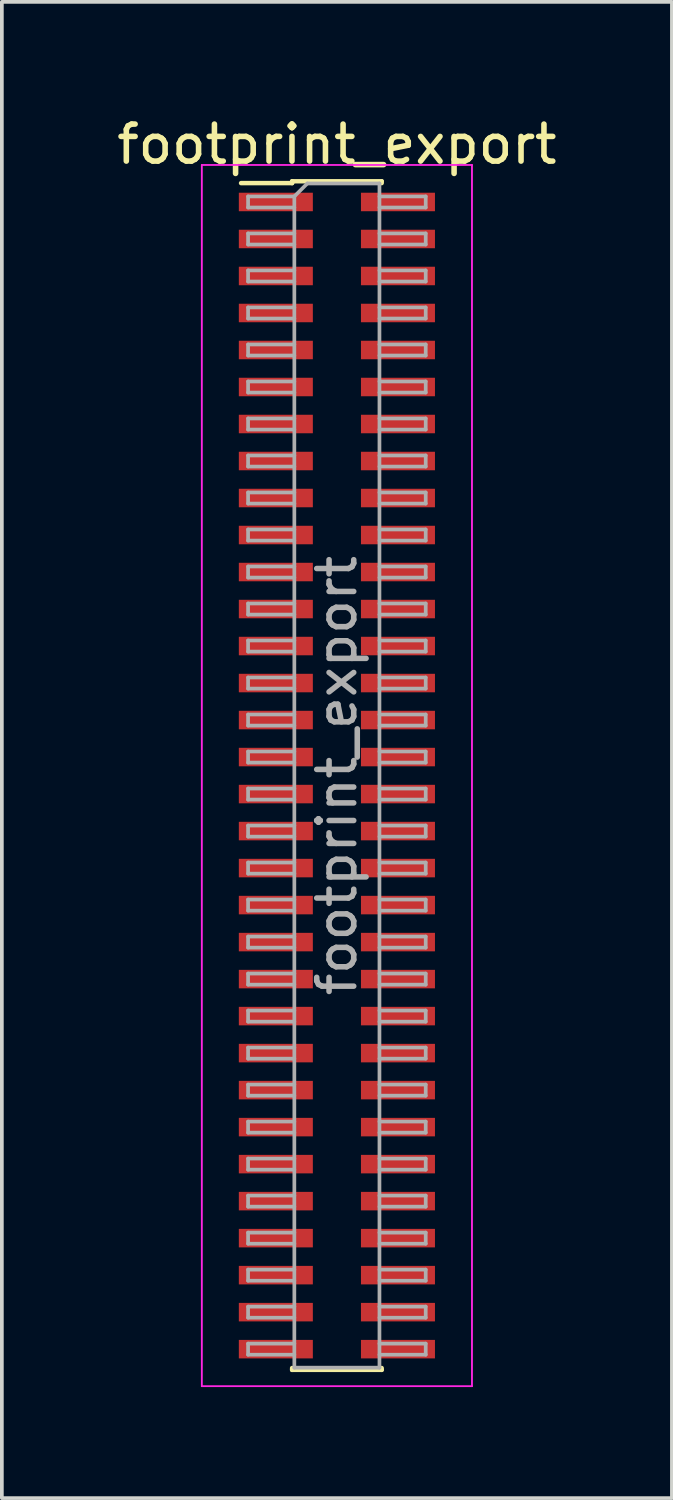
<source format=kicad_pcb>
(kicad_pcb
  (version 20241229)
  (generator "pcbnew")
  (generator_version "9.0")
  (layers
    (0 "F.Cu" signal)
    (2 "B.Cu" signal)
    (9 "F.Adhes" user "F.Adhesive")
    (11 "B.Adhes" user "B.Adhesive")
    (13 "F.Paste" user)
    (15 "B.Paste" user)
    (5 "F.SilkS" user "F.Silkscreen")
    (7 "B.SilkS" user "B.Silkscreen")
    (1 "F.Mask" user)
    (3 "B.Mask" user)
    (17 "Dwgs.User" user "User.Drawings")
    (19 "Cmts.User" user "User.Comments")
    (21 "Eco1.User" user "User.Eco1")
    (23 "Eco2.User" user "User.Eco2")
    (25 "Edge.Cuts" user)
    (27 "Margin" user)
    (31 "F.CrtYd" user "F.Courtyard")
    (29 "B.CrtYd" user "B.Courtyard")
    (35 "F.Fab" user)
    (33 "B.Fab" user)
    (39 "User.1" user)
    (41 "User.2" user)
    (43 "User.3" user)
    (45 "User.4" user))
  (footprint "footprint_export"
    (layer "F.Cu")
    (at 6.054 17.908)
    (property "Reference" "footprint_export" (at 0 -17.06 0) (layer "F.SilkS") (effects (font (size 1 1) (thickness 0.15))))
    (attr smd)
    (fp_line (start -2.59 -16.01) (end -1.21 -16.01) (stroke (width 0.12) (type solid)) (layer "F.SilkS"))
    (fp_line (start -1.21 -16.06) (end -1.21 -16.01) (stroke (width 0.12) (type solid)) (layer "F.SilkS"))
    (fp_line (start -1.21 -16.06) (end 1.21 -16.06) (stroke (width 0.12) (type solid)) (layer "F.SilkS"))
    (fp_line (start -1.21 16.01) (end -1.21 16.06) (stroke (width 0.12) (type solid)) (layer "F.SilkS"))
    (fp_line (start -1.21 16.06) (end 1.21 16.06) (stroke (width 0.12) (type solid)) (layer "F.SilkS"))
    (fp_line (start 1.21 -16.06) (end 1.21 -16.01) (stroke (width 0.12) (type solid)) (layer "F.SilkS"))
    (fp_line (start 1.21 16.01) (end 1.21 16.06) (stroke (width 0.12) (type solid)) (layer "F.SilkS"))
    (fp_line (start -3.65 -16.5) (end -3.65 16.5) (stroke (width 0.05) (type solid)) (layer "F.CrtYd"))
    (fp_line (start -3.65 16.5) (end 3.65 16.5) (stroke (width 0.05) (type solid)) (layer "F.CrtYd"))
    (fp_line (start 3.65 -16.5) (end -3.65 -16.5) (stroke (width 0.05) (type solid)) (layer "F.CrtYd"))
    (fp_line (start 3.65 16.5) (end 3.65 -16.5) (stroke (width 0.05) (type solid)) (layer "F.CrtYd"))
    (fp_line (start -2.4 -15.65) (end -2.4 -15.35) (stroke (width 0.1) (type solid)) (layer "F.Fab"))
    (fp_line (start -2.4 -15.35) (end -1.15 -15.35) (stroke (width 0.1) (type solid)) (layer "F.Fab"))
    (fp_line (start -2.4 -14.65) (end -2.4 -14.35) (stroke (width 0.1) (type solid)) (layer "F.Fab"))
    (fp_line (start -2.4 -14.35) (end -1.15 -14.35) (stroke (width 0.1) (type solid)) (layer "F.Fab"))
    (fp_line (start -2.4 -13.65) (end -2.4 -13.35) (stroke (width 0.1) (type solid)) (layer "F.Fab"))
    (fp_line (start -2.4 -13.35) (end -1.15 -13.35) (stroke (width 0.1) (type solid)) (layer "F.Fab"))
    (fp_line (start -2.4 -12.65) (end -2.4 -12.35) (stroke (width 0.1) (type solid)) (layer "F.Fab"))
    (fp_line (start -2.4 -12.35) (end -1.15 -12.35) (stroke (width 0.1) (type solid)) (layer "F.Fab"))
    (fp_line (start -2.4 -11.65) (end -2.4 -11.35) (stroke (width 0.1) (type solid)) (layer "F.Fab"))
    (fp_line (start -2.4 -11.35) (end -1.15 -11.35) (stroke (width 0.1) (type solid)) (layer "F.Fab"))
    (fp_line (start -2.4 -10.65) (end -2.4 -10.35) (stroke (width 0.1) (type solid)) (layer "F.Fab"))
    (fp_line (start -2.4 -10.35) (end -1.15 -10.35) (stroke (width 0.1) (type solid)) (layer "F.Fab"))
    (fp_line (start -2.4 -9.65) (end -2.4 -9.35) (stroke (width 0.1) (type solid)) (layer "F.Fab"))
    (fp_line (start -2.4 -9.35) (end -1.15 -9.35) (stroke (width 0.1) (type solid)) (layer "F.Fab"))
    (fp_line (start -2.4 -8.65) (end -2.4 -8.35) (stroke (width 0.1) (type solid)) (layer "F.Fab"))
    (fp_line (start -2.4 -8.35) (end -1.15 -8.35) (stroke (width 0.1) (type solid)) (layer "F.Fab"))
    (fp_line (start -2.4 -7.65) (end -2.4 -7.35) (stroke (width 0.1) (type solid)) (layer "F.Fab"))
    (fp_line (start -2.4 -7.35) (end -1.15 -7.35) (stroke (width 0.1) (type solid)) (layer "F.Fab"))
    (fp_line (start -2.4 -6.65) (end -2.4 -6.35) (stroke (width 0.1) (type solid)) (layer "F.Fab"))
    (fp_line (start -2.4 -6.35) (end -1.15 -6.35) (stroke (width 0.1) (type solid)) (layer "F.Fab"))
    (fp_line (start -2.4 -5.65) (end -2.4 -5.35) (stroke (width 0.1) (type solid)) (layer "F.Fab"))
    (fp_line (start -2.4 -5.35) (end -1.15 -5.35) (stroke (width 0.1) (type solid)) (layer "F.Fab"))
    (fp_line (start -2.4 -4.65) (end -2.4 -4.35) (stroke (width 0.1) (type solid)) (layer "F.Fab"))
    (fp_line (start -2.4 -4.35) (end -1.15 -4.35) (stroke (width 0.1) (type solid)) (layer "F.Fab"))
    (fp_line (start -2.4 -3.65) (end -2.4 -3.35) (stroke (width 0.1) (type solid)) (layer "F.Fab"))
    (fp_line (start -2.4 -3.35) (end -1.15 -3.35) (stroke (width 0.1) (type solid)) (layer "F.Fab"))
    (fp_line (start -2.4 -2.65) (end -2.4 -2.35) (stroke (width 0.1) (type solid)) (layer "F.Fab"))
    (fp_line (start -2.4 -2.35) (end -1.15 -2.35) (stroke (width 0.1) (type solid)) (layer "F.Fab"))
    (fp_line (start -2.4 -1.65) (end -2.4 -1.35) (stroke (width 0.1) (type solid)) (layer "F.Fab"))
    (fp_line (start -2.4 -1.35) (end -1.15 -1.35) (stroke (width 0.1) (type solid)) (layer "F.Fab"))
    (fp_line (start -2.4 -0.65) (end -2.4 -0.35) (stroke (width 0.1) (type solid)) (layer "F.Fab"))
    (fp_line (start -2.4 -0.35) (end -1.15 -0.35) (stroke (width 0.1) (type solid)) (layer "F.Fab"))
    (fp_line (start -2.4 0.35) (end -2.4 0.65) (stroke (width 0.1) (type solid)) (layer "F.Fab"))
    (fp_line (start -2.4 0.65) (end -1.15 0.65) (stroke (width 0.1) (type solid)) (layer "F.Fab"))
    (fp_line (start -2.4 1.35) (end -2.4 1.65) (stroke (width 0.1) (type solid)) (layer "F.Fab"))
    (fp_line (start -2.4 1.65) (end -1.15 1.65) (stroke (width 0.1) (type solid)) (layer "F.Fab"))
    (fp_line (start -2.4 2.35) (end -2.4 2.65) (stroke (width 0.1) (type solid)) (layer "F.Fab"))
    (fp_line (start -2.4 2.65) (end -1.15 2.65) (stroke (width 0.1) (type solid)) (layer "F.Fab"))
    (fp_line (start -2.4 3.35) (end -2.4 3.65) (stroke (width 0.1) (type solid)) (layer "F.Fab"))
    (fp_line (start -2.4 3.65) (end -1.15 3.65) (stroke (width 0.1) (type solid)) (layer "F.Fab"))
    (fp_line (start -2.4 4.35) (end -2.4 4.65) (stroke (width 0.1) (type solid)) (layer "F.Fab"))
    (fp_line (start -2.4 4.65) (end -1.15 4.65) (stroke (width 0.1) (type solid)) (layer "F.Fab"))
    (fp_line (start -2.4 5.35) (end -2.4 5.65) (stroke (width 0.1) (type solid)) (layer "F.Fab"))
    (fp_line (start -2.4 5.65) (end -1.15 5.65) (stroke (width 0.1) (type solid)) (layer "F.Fab"))
    (fp_line (start -2.4 6.35) (end -2.4 6.65) (stroke (width 0.1) (type solid)) (layer "F.Fab"))
    (fp_line (start -2.4 6.65) (end -1.15 6.65) (stroke (width 0.1) (type solid)) (layer "F.Fab"))
    (fp_line (start -2.4 7.35) (end -2.4 7.65) (stroke (width 0.1) (type solid)) (layer "F.Fab"))
    (fp_line (start -2.4 7.65) (end -1.15 7.65) (stroke (width 0.1) (type solid)) (layer "F.Fab"))
    (fp_line (start -2.4 8.35) (end -2.4 8.65) (stroke (width 0.1) (type solid)) (layer "F.Fab"))
    (fp_line (start -2.4 8.65) (end -1.15 8.65) (stroke (width 0.1) (type solid)) (layer "F.Fab"))
    (fp_line (start -2.4 9.35) (end -2.4 9.65) (stroke (width 0.1) (type solid)) (layer "F.Fab"))
    (fp_line (start -2.4 9.65) (end -1.15 9.65) (stroke (width 0.1) (type solid)) (layer "F.Fab"))
    (fp_line (start -2.4 10.35) (end -2.4 10.65) (stroke (width 0.1) (type solid)) (layer "F.Fab"))
    (fp_line (start -2.4 10.65) (end -1.15 10.65) (stroke (width 0.1) (type solid)) (layer "F.Fab"))
    (fp_line (start -2.4 11.35) (end -2.4 11.65) (stroke (width 0.1) (type solid)) (layer "F.Fab"))
    (fp_line (start -2.4 11.65) (end -1.15 11.65) (stroke (width 0.1) (type solid)) (layer "F.Fab"))
    (fp_line (start -2.4 12.35) (end -2.4 12.65) (stroke (width 0.1) (type solid)) (layer "F.Fab"))
    (fp_line (start -2.4 12.65) (end -1.15 12.65) (stroke (width 0.1) (type solid)) (layer "F.Fab"))
    (fp_line (start -2.4 13.35) (end -2.4 13.65) (stroke (width 0.1) (type solid)) (layer "F.Fab"))
    (fp_line (start -2.4 13.65) (end -1.15 13.65) (stroke (width 0.1) (type solid)) (layer "F.Fab"))
    (fp_line (start -2.4 14.35) (end -2.4 14.65) (stroke (width 0.1) (type solid)) (layer "F.Fab"))
    (fp_line (start -2.4 14.65) (end -1.15 14.65) (stroke (width 0.1) (type solid)) (layer "F.Fab"))
    (fp_line (start -2.4 15.35) (end -2.4 15.65) (stroke (width 0.1) (type solid)) (layer "F.Fab"))
    (fp_line (start -2.4 15.65) (end -1.15 15.65) (stroke (width 0.1) (type solid)) (layer "F.Fab"))
    (fp_line (start -1.15 -15.65) (end -2.4 -15.65) (stroke (width 0.1) (type solid)) (layer "F.Fab"))
    (fp_line (start -1.15 -15.65) (end -0.8 -16) (stroke (width 0.1) (type solid)) (layer "F.Fab"))
    (fp_line (start -1.15 -14.65) (end -2.4 -14.65) (stroke (width 0.1) (type solid)) (layer "F.Fab"))
    (fp_line (start -1.15 -13.65) (end -2.4 -13.65) (stroke (width 0.1) (type solid)) (layer "F.Fab"))
    (fp_line (start -1.15 -12.65) (end -2.4 -12.65) (stroke (width 0.1) (type solid)) (layer "F.Fab"))
    (fp_line (start -1.15 -11.65) (end -2.4 -11.65) (stroke (width 0.1) (type solid)) (layer "F.Fab"))
    (fp_line (start -1.15 -10.65) (end -2.4 -10.65) (stroke (width 0.1) (type solid)) (layer "F.Fab"))
    (fp_line (start -1.15 -9.65) (end -2.4 -9.65) (stroke (width 0.1) (type solid)) (layer "F.Fab"))
    (fp_line (start -1.15 -8.65) (end -2.4 -8.65) (stroke (width 0.1) (type solid)) (layer "F.Fab"))
    (fp_line (start -1.15 -7.65) (end -2.4 -7.65) (stroke (width 0.1) (type solid)) (layer "F.Fab"))
    (fp_line (start -1.15 -6.65) (end -2.4 -6.65) (stroke (width 0.1) (type solid)) (layer "F.Fab"))
    (fp_line (start -1.15 -5.65) (end -2.4 -5.65) (stroke (width 0.1) (type solid)) (layer "F.Fab"))
    (fp_line (start -1.15 -4.65) (end -2.4 -4.65) (stroke (width 0.1) (type solid)) (layer "F.Fab"))
    (fp_line (start -1.15 -3.65) (end -2.4 -3.65) (stroke (width 0.1) (type solid)) (layer "F.Fab"))
    (fp_line (start -1.15 -2.65) (end -2.4 -2.65) (stroke (width 0.1) (type solid)) (layer "F.Fab"))
    (fp_line (start -1.15 -1.65) (end -2.4 -1.65) (stroke (width 0.1) (type solid)) (layer "F.Fab"))
    (fp_line (start -1.15 -0.65) (end -2.4 -0.65) (stroke (width 0.1) (type solid)) (layer "F.Fab"))
    (fp_line (start -1.15 0.35) (end -2.4 0.35) (stroke (width 0.1) (type solid)) (layer "F.Fab"))
    (fp_line (start -1.15 1.35) (end -2.4 1.35) (stroke (width 0.1) (type solid)) (layer "F.Fab"))
    (fp_line (start -1.15 2.35) (end -2.4 2.35) (stroke (width 0.1) (type solid)) (layer "F.Fab"))
    (fp_line (start -1.15 3.35) (end -2.4 3.35) (stroke (width 0.1) (type solid)) (layer "F.Fab"))
    (fp_line (start -1.15 4.35) (end -2.4 4.35) (stroke (width 0.1) (type solid)) (layer "F.Fab"))
    (fp_line (start -1.15 5.35) (end -2.4 5.35) (stroke (width 0.1) (type solid)) (layer "F.Fab"))
    (fp_line (start -1.15 6.35) (end -2.4 6.35) (stroke (width 0.1) (type solid)) (layer "F.Fab"))
    (fp_line (start -1.15 7.35) (end -2.4 7.35) (stroke (width 0.1) (type solid)) (layer "F.Fab"))
    (fp_line (start -1.15 8.35) (end -2.4 8.35) (stroke (width 0.1) (type solid)) (layer "F.Fab"))
    (fp_line (start -1.15 9.35) (end -2.4 9.35) (stroke (width 0.1) (type solid)) (layer "F.Fab"))
    (fp_line (start -1.15 10.35) (end -2.4 10.35) (stroke (width 0.1) (type solid)) (layer "F.Fab"))
    (fp_line (start -1.15 11.35) (end -2.4 11.35) (stroke (width 0.1) (type solid)) (layer "F.Fab"))
    (fp_line (start -1.15 12.35) (end -2.4 12.35) (stroke (width 0.1) (type solid)) (layer "F.Fab"))
    (fp_line (start -1.15 13.35) (end -2.4 13.35) (stroke (width 0.1) (type solid)) (layer "F.Fab"))
    (fp_line (start -1.15 14.35) (end -2.4 14.35) (stroke (width 0.1) (type solid)) (layer "F.Fab"))
    (fp_line (start -1.15 15.35) (end -2.4 15.35) (stroke (width 0.1) (type solid)) (layer "F.Fab"))
    (fp_line (start -1.15 16) (end -1.15 -15.65) (stroke (width 0.1) (type solid)) (layer "F.Fab"))
    (fp_line (start -0.8 -16) (end 1.15 -16) (stroke (width 0.1) (type solid)) (layer "F.Fab"))
    (fp_line (start 1.15 -16) (end 1.15 16) (stroke (width 0.1) (type solid)) (layer "F.Fab"))
    (fp_line (start 1.15 -15.65) (end 2.4 -15.65) (stroke (width 0.1) (type solid)) (layer "F.Fab"))
    (fp_line (start 1.15 -14.65) (end 2.4 -14.65) (stroke (width 0.1) (type solid)) (layer "F.Fab"))
    (fp_line (start 1.15 -13.65) (end 2.4 -13.65) (stroke (width 0.1) (type solid)) (layer "F.Fab"))
    (fp_line (start 1.15 -12.65) (end 2.4 -12.65) (stroke (width 0.1) (type solid)) (layer "F.Fab"))
    (fp_line (start 1.15 -11.65) (end 2.4 -11.65) (stroke (width 0.1) (type solid)) (layer "F.Fab"))
    (fp_line (start 1.15 -10.65) (end 2.4 -10.65) (stroke (width 0.1) (type solid)) (layer "F.Fab"))
    (fp_line (start 1.15 -9.65) (end 2.4 -9.65) (stroke (width 0.1) (type solid)) (layer "F.Fab"))
    (fp_line (start 1.15 -8.65) (end 2.4 -8.65) (stroke (width 0.1) (type solid)) (layer "F.Fab"))
    (fp_line (start 1.15 -7.65) (end 2.4 -7.65) (stroke (width 0.1) (type solid)) (layer "F.Fab"))
    (fp_line (start 1.15 -6.65) (end 2.4 -6.65) (stroke (width 0.1) (type solid)) (layer "F.Fab"))
    (fp_line (start 1.15 -5.65) (end 2.4 -5.65) (stroke (width 0.1) (type solid)) (layer "F.Fab"))
    (fp_line (start 1.15 -4.65) (end 2.4 -4.65) (stroke (width 0.1) (type solid)) (layer "F.Fab"))
    (fp_line (start 1.15 -3.65) (end 2.4 -3.65) (stroke (width 0.1) (type solid)) (layer "F.Fab"))
    (fp_line (start 1.15 -2.65) (end 2.4 -2.65) (stroke (width 0.1) (type solid)) (layer "F.Fab"))
    (fp_line (start 1.15 -1.65) (end 2.4 -1.65) (stroke (width 0.1) (type solid)) (layer "F.Fab"))
    (fp_line (start 1.15 -0.65) (end 2.4 -0.65) (stroke (width 0.1) (type solid)) (layer "F.Fab"))
    (fp_line (start 1.15 0.35) (end 2.4 0.35) (stroke (width 0.1) (type solid)) (layer "F.Fab"))
    (fp_line (start 1.15 1.35) (end 2.4 1.35) (stroke (width 0.1) (type solid)) (layer "F.Fab"))
    (fp_line (start 1.15 2.35) (end 2.4 2.35) (stroke (width 0.1) (type solid)) (layer "F.Fab"))
    (fp_line (start 1.15 3.35) (end 2.4 3.35) (stroke (width 0.1) (type solid)) (layer "F.Fab"))
    (fp_line (start 1.15 4.35) (end 2.4 4.35) (stroke (width 0.1) (type solid)) (layer "F.Fab"))
    (fp_line (start 1.15 5.35) (end 2.4 5.35) (stroke (width 0.1) (type solid)) (layer "F.Fab"))
    (fp_line (start 1.15 6.35) (end 2.4 6.35) (stroke (width 0.1) (type solid)) (layer "F.Fab"))
    (fp_line (start 1.15 7.35) (end 2.4 7.35) (stroke (width 0.1) (type solid)) (layer "F.Fab"))
    (fp_line (start 1.15 8.35) (end 2.4 8.35) (stroke (width 0.1) (type solid)) (layer "F.Fab"))
    (fp_line (start 1.15 9.35) (end 2.4 9.35) (stroke (width 0.1) (type solid)) (layer "F.Fab"))
    (fp_line (start 1.15 10.35) (end 2.4 10.35) (stroke (width 0.1) (type solid)) (layer "F.Fab"))
    (fp_line (start 1.15 11.35) (end 2.4 11.35) (stroke (width 0.1) (type solid)) (layer "F.Fab"))
    (fp_line (start 1.15 12.35) (end 2.4 12.35) (stroke (width 0.1) (type solid)) (layer "F.Fab"))
    (fp_line (start 1.15 13.35) (end 2.4 13.35) (stroke (width 0.1) (type solid)) (layer "F.Fab"))
    (fp_line (start 1.15 14.35) (end 2.4 14.35) (stroke (width 0.1) (type solid)) (layer "F.Fab"))
    (fp_line (start 1.15 15.35) (end 2.4 15.35) (stroke (width 0.1) (type solid)) (layer "F.Fab"))
    (fp_line (start 1.15 16) (end -1.15 16) (stroke (width 0.1) (type solid)) (layer "F.Fab"))
    (fp_line (start 2.4 -15.65) (end 2.4 -15.35) (stroke (width 0.1) (type solid)) (layer "F.Fab"))
    (fp_line (start 2.4 -15.35) (end 1.15 -15.35) (stroke (width 0.1) (type solid)) (layer "F.Fab"))
    (fp_line (start 2.4 -14.65) (end 2.4 -14.35) (stroke (width 0.1) (type solid)) (layer "F.Fab"))
    (fp_line (start 2.4 -14.35) (end 1.15 -14.35) (stroke (width 0.1) (type solid)) (layer "F.Fab"))
    (fp_line (start 2.4 -13.65) (end 2.4 -13.35) (stroke (width 0.1) (type solid)) (layer "F.Fab"))
    (fp_line (start 2.4 -13.35) (end 1.15 -13.35) (stroke (width 0.1) (type solid)) (layer "F.Fab"))
    (fp_line (start 2.4 -12.65) (end 2.4 -12.35) (stroke (width 0.1) (type solid)) (layer "F.Fab"))
    (fp_line (start 2.4 -12.35) (end 1.15 -12.35) (stroke (width 0.1) (type solid)) (layer "F.Fab"))
    (fp_line (start 2.4 -11.65) (end 2.4 -11.35) (stroke (width 0.1) (type solid)) (layer "F.Fab"))
    (fp_line (start 2.4 -11.35) (end 1.15 -11.35) (stroke (width 0.1) (type solid)) (layer "F.Fab"))
    (fp_line (start 2.4 -10.65) (end 2.4 -10.35) (stroke (width 0.1) (type solid)) (layer "F.Fab"))
    (fp_line (start 2.4 -10.35) (end 1.15 -10.35) (stroke (width 0.1) (type solid)) (layer "F.Fab"))
    (fp_line (start 2.4 -9.65) (end 2.4 -9.35) (stroke (width 0.1) (type solid)) (layer "F.Fab"))
    (fp_line (start 2.4 -9.35) (end 1.15 -9.35) (stroke (width 0.1) (type solid)) (layer "F.Fab"))
    (fp_line (start 2.4 -8.65) (end 2.4 -8.35) (stroke (width 0.1) (type solid)) (layer "F.Fab"))
    (fp_line (start 2.4 -8.35) (end 1.15 -8.35) (stroke (width 0.1) (type solid)) (layer "F.Fab"))
    (fp_line (start 2.4 -7.65) (end 2.4 -7.35) (stroke (width 0.1) (type solid)) (layer "F.Fab"))
    (fp_line (start 2.4 -7.35) (end 1.15 -7.35) (stroke (width 0.1) (type solid)) (layer "F.Fab"))
    (fp_line (start 2.4 -6.65) (end 2.4 -6.35) (stroke (width 0.1) (type solid)) (layer "F.Fab"))
    (fp_line (start 2.4 -6.35) (end 1.15 -6.35) (stroke (width 0.1) (type solid)) (layer "F.Fab"))
    (fp_line (start 2.4 -5.65) (end 2.4 -5.35) (stroke (width 0.1) (type solid)) (layer "F.Fab"))
    (fp_line (start 2.4 -5.35) (end 1.15 -5.35) (stroke (width 0.1) (type solid)) (layer "F.Fab"))
    (fp_line (start 2.4 -4.65) (end 2.4 -4.35) (stroke (width 0.1) (type solid)) (layer "F.Fab"))
    (fp_line (start 2.4 -4.35) (end 1.15 -4.35) (stroke (width 0.1) (type solid)) (layer "F.Fab"))
    (fp_line (start 2.4 -3.65) (end 2.4 -3.35) (stroke (width 0.1) (type solid)) (layer "F.Fab"))
    (fp_line (start 2.4 -3.35) (end 1.15 -3.35) (stroke (width 0.1) (type solid)) (layer "F.Fab"))
    (fp_line (start 2.4 -2.65) (end 2.4 -2.35) (stroke (width 0.1) (type solid)) (layer "F.Fab"))
    (fp_line (start 2.4 -2.35) (end 1.15 -2.35) (stroke (width 0.1) (type solid)) (layer "F.Fab"))
    (fp_line (start 2.4 -1.65) (end 2.4 -1.35) (stroke (width 0.1) (type solid)) (layer "F.Fab"))
    (fp_line (start 2.4 -1.35) (end 1.15 -1.35) (stroke (width 0.1) (type solid)) (layer "F.Fab"))
    (fp_line (start 2.4 -0.65) (end 2.4 -0.35) (stroke (width 0.1) (type solid)) (layer "F.Fab"))
    (fp_line (start 2.4 -0.35) (end 1.15 -0.35) (stroke (width 0.1) (type solid)) (layer "F.Fab"))
    (fp_line (start 2.4 0.35) (end 2.4 0.65) (stroke (width 0.1) (type solid)) (layer "F.Fab"))
    (fp_line (start 2.4 0.65) (end 1.15 0.65) (stroke (width 0.1) (type solid)) (layer "F.Fab"))
    (fp_line (start 2.4 1.35) (end 2.4 1.65) (stroke (width 0.1) (type solid)) (layer "F.Fab"))
    (fp_line (start 2.4 1.65) (end 1.15 1.65) (stroke (width 0.1) (type solid)) (layer "F.Fab"))
    (fp_line (start 2.4 2.35) (end 2.4 2.65) (stroke (width 0.1) (type solid)) (layer "F.Fab"))
    (fp_line (start 2.4 2.65) (end 1.15 2.65) (stroke (width 0.1) (type solid)) (layer "F.Fab"))
    (fp_line (start 2.4 3.35) (end 2.4 3.65) (stroke (width 0.1) (type solid)) (layer "F.Fab"))
    (fp_line (start 2.4 3.65) (end 1.15 3.65) (stroke (width 0.1) (type solid)) (layer "F.Fab"))
    (fp_line (start 2.4 4.35) (end 2.4 4.65) (stroke (width 0.1) (type solid)) (layer "F.Fab"))
    (fp_line (start 2.4 4.65) (end 1.15 4.65) (stroke (width 0.1) (type solid)) (layer "F.Fab"))
    (fp_line (start 2.4 5.35) (end 2.4 5.65) (stroke (width 0.1) (type solid)) (layer "F.Fab"))
    (fp_line (start 2.4 5.65) (end 1.15 5.65) (stroke (width 0.1) (type solid)) (layer "F.Fab"))
    (fp_line (start 2.4 6.35) (end 2.4 6.65) (stroke (width 0.1) (type solid)) (layer "F.Fab"))
    (fp_line (start 2.4 6.65) (end 1.15 6.65) (stroke (width 0.1) (type solid)) (layer "F.Fab"))
    (fp_line (start 2.4 7.35) (end 2.4 7.65) (stroke (width 0.1) (type solid)) (layer "F.Fab"))
    (fp_line (start 2.4 7.65) (end 1.15 7.65) (stroke (width 0.1) (type solid)) (layer "F.Fab"))
    (fp_line (start 2.4 8.35) (end 2.4 8.65) (stroke (width 0.1) (type solid)) (layer "F.Fab"))
    (fp_line (start 2.4 8.65) (end 1.15 8.65) (stroke (width 0.1) (type solid)) (layer "F.Fab"))
    (fp_line (start 2.4 9.35) (end 2.4 9.65) (stroke (width 0.1) (type solid)) (layer "F.Fab"))
    (fp_line (start 2.4 9.65) (end 1.15 9.65) (stroke (width 0.1) (type solid)) (layer "F.Fab"))
    (fp_line (start 2.4 10.35) (end 2.4 10.65) (stroke (width 0.1) (type solid)) (layer "F.Fab"))
    (fp_line (start 2.4 10.65) (end 1.15 10.65) (stroke (width 0.1) (type solid)) (layer "F.Fab"))
    (fp_line (start 2.4 11.35) (end 2.4 11.65) (stroke (width 0.1) (type solid)) (layer "F.Fab"))
    (fp_line (start 2.4 11.65) (end 1.15 11.65) (stroke (width 0.1) (type solid)) (layer "F.Fab"))
    (fp_line (start 2.4 12.35) (end 2.4 12.65) (stroke (width 0.1) (type solid)) (layer "F.Fab"))
    (fp_line (start 2.4 12.65) (end 1.15 12.65) (stroke (width 0.1) (type solid)) (layer "F.Fab"))
    (fp_line (start 2.4 13.35) (end 2.4 13.65) (stroke (width 0.1) (type solid)) (layer "F.Fab"))
    (fp_line (start 2.4 13.65) (end 1.15 13.65) (stroke (width 0.1) (type solid)) (layer "F.Fab"))
    (fp_line (start 2.4 14.35) (end 2.4 14.65) (stroke (width 0.1) (type solid)) (layer "F.Fab"))
    (fp_line (start 2.4 14.65) (end 1.15 14.65) (stroke (width 0.1) (type solid)) (layer "F.Fab"))
    (fp_line (start 2.4 15.35) (end 2.4 15.65) (stroke (width 0.1) (type solid)) (layer "F.Fab"))
    (fp_line (start 2.4 15.65) (end 1.15 15.65) (stroke (width 0.1) (type solid)) (layer "F.Fab"))
    (fp_text user "${REFERENCE}" (at 0 0 90) (layer "F.Fab") (effects (font (size 1 1) (thickness 0.15))))
    (pad "1" smd rect (at -1.65 -15.5) (size 2 0.5) (layers "F.Cu" "F.Mask" "F.Paste"))
    (pad "2" smd rect (at 1.65 -15.5) (size 2 0.5) (layers "F.Cu" "F.Mask" "F.Paste"))
    (pad "3" smd rect (at -1.65 -14.5) (size 2 0.5) (layers "F.Cu" "F.Mask" "F.Paste"))
    (pad "4" smd rect (at 1.65 -14.5) (size 2 0.5) (layers "F.Cu" "F.Mask" "F.Paste"))
    (pad "5" smd rect (at -1.65 -13.5) (size 2 0.5) (layers "F.Cu" "F.Mask" "F.Paste"))
    (pad "6" smd rect (at 1.65 -13.5) (size 2 0.5) (layers "F.Cu" "F.Mask" "F.Paste"))
    (pad "7" smd rect (at -1.65 -12.5) (size 2 0.5) (layers "F.Cu" "F.Mask" "F.Paste"))
    (pad "8" smd rect (at 1.65 -12.5) (size 2 0.5) (layers "F.Cu" "F.Mask" "F.Paste"))
    (pad "9" smd rect (at -1.65 -11.5) (size 2 0.5) (layers "F.Cu" "F.Mask" "F.Paste"))
    (pad "10" smd rect (at 1.65 -11.5) (size 2 0.5) (layers "F.Cu" "F.Mask" "F.Paste"))
    (pad "11" smd rect (at -1.65 -10.5) (size 2 0.5) (layers "F.Cu" "F.Mask" "F.Paste"))
    (pad "12" smd rect (at 1.65 -10.5) (size 2 0.5) (layers "F.Cu" "F.Mask" "F.Paste"))
    (pad "13" smd rect (at -1.65 -9.5) (size 2 0.5) (layers "F.Cu" "F.Mask" "F.Paste"))
    (pad "14" smd rect (at 1.65 -9.5) (size 2 0.5) (layers "F.Cu" "F.Mask" "F.Paste"))
    (pad "15" smd rect (at -1.65 -8.5) (size 2 0.5) (layers "F.Cu" "F.Mask" "F.Paste"))
    (pad "16" smd rect (at 1.65 -8.5) (size 2 0.5) (layers "F.Cu" "F.Mask" "F.Paste"))
    (pad "17" smd rect (at -1.65 -7.5) (size 2 0.5) (layers "F.Cu" "F.Mask" "F.Paste"))
    (pad "18" smd rect (at 1.65 -7.5) (size 2 0.5) (layers "F.Cu" "F.Mask" "F.Paste"))
    (pad "19" smd rect (at -1.65 -6.5) (size 2 0.5) (layers "F.Cu" "F.Mask" "F.Paste"))
    (pad "20" smd rect (at 1.65 -6.5) (size 2 0.5) (layers "F.Cu" "F.Mask" "F.Paste"))
    (pad "21" smd rect (at -1.65 -5.5) (size 2 0.5) (layers "F.Cu" "F.Mask" "F.Paste"))
    (pad "22" smd rect (at 1.65 -5.5) (size 2 0.5) (layers "F.Cu" "F.Mask" "F.Paste"))
    (pad "23" smd rect (at -1.65 -4.5) (size 2 0.5) (layers "F.Cu" "F.Mask" "F.Paste"))
    (pad "24" smd rect (at 1.65 -4.5) (size 2 0.5) (layers "F.Cu" "F.Mask" "F.Paste"))
    (pad "25" smd rect (at -1.65 -3.5) (size 2 0.5) (layers "F.Cu" "F.Mask" "F.Paste"))
    (pad "26" smd rect (at 1.65 -3.5) (size 2 0.5) (layers "F.Cu" "F.Mask" "F.Paste"))
    (pad "27" smd rect (at -1.65 -2.5) (size 2 0.5) (layers "F.Cu" "F.Mask" "F.Paste"))
    (pad "28" smd rect (at 1.65 -2.5) (size 2 0.5) (layers "F.Cu" "F.Mask" "F.Paste"))
    (pad "29" smd rect (at -1.65 -1.5) (size 2 0.5) (layers "F.Cu" "F.Mask" "F.Paste"))
    (pad "30" smd rect (at 1.65 -1.5) (size 2 0.5) (layers "F.Cu" "F.Mask" "F.Paste"))
    (pad "31" smd rect (at -1.65 -0.5) (size 2 0.5) (layers "F.Cu" "F.Mask" "F.Paste"))
    (pad "32" smd rect (at 1.65 -0.5) (size 2 0.5) (layers "F.Cu" "F.Mask" "F.Paste"))
    (pad "33" smd rect (at -1.65 0.5) (size 2 0.5) (layers "F.Cu" "F.Mask" "F.Paste"))
    (pad "34" smd rect (at 1.65 0.5) (size 2 0.5) (layers "F.Cu" "F.Mask" "F.Paste"))
    (pad "35" smd rect (at -1.65 1.5) (size 2 0.5) (layers "F.Cu" "F.Mask" "F.Paste"))
    (pad "36" smd rect (at 1.65 1.5) (size 2 0.5) (layers "F.Cu" "F.Mask" "F.Paste"))
    (pad "37" smd rect (at -1.65 2.5) (size 2 0.5) (layers "F.Cu" "F.Mask" "F.Paste"))
    (pad "38" smd rect (at 1.65 2.5) (size 2 0.5) (layers "F.Cu" "F.Mask" "F.Paste"))
    (pad "39" smd rect (at -1.65 3.5) (size 2 0.5) (layers "F.Cu" "F.Mask" "F.Paste"))
    (pad "40" smd rect (at 1.65 3.5) (size 2 0.5) (layers "F.Cu" "F.Mask" "F.Paste"))
    (pad "41" smd rect (at -1.65 4.5) (size 2 0.5) (layers "F.Cu" "F.Mask" "F.Paste"))
    (pad "42" smd rect (at 1.65 4.5) (size 2 0.5) (layers "F.Cu" "F.Mask" "F.Paste"))
    (pad "43" smd rect (at -1.65 5.5) (size 2 0.5) (layers "F.Cu" "F.Mask" "F.Paste"))
    (pad "44" smd rect (at 1.65 5.5) (size 2 0.5) (layers "F.Cu" "F.Mask" "F.Paste"))
    (pad "45" smd rect (at -1.65 6.5) (size 2 0.5) (layers "F.Cu" "F.Mask" "F.Paste"))
    (pad "46" smd rect (at 1.65 6.5) (size 2 0.5) (layers "F.Cu" "F.Mask" "F.Paste"))
    (pad "47" smd rect (at -1.65 7.5) (size 2 0.5) (layers "F.Cu" "F.Mask" "F.Paste"))
    (pad "48" smd rect (at 1.65 7.5) (size 2 0.5) (layers "F.Cu" "F.Mask" "F.Paste"))
    (pad "49" smd rect (at -1.65 8.5) (size 2 0.5) (layers "F.Cu" "F.Mask" "F.Paste"))
    (pad "50" smd rect (at 1.65 8.5) (size 2 0.5) (layers "F.Cu" "F.Mask" "F.Paste"))
    (pad "51" smd rect (at -1.65 9.5) (size 2 0.5) (layers "F.Cu" "F.Mask" "F.Paste"))
    (pad "52" smd rect (at 1.65 9.5) (size 2 0.5) (layers "F.Cu" "F.Mask" "F.Paste"))
    (pad "53" smd rect (at -1.65 10.5) (size 2 0.5) (layers "F.Cu" "F.Mask" "F.Paste"))
    (pad "54" smd rect (at 1.65 10.5) (size 2 0.5) (layers "F.Cu" "F.Mask" "F.Paste"))
    (pad "55" smd rect (at -1.65 11.5) (size 2 0.5) (layers "F.Cu" "F.Mask" "F.Paste"))
    (pad "56" smd rect (at 1.65 11.5) (size 2 0.5) (layers "F.Cu" "F.Mask" "F.Paste"))
    (pad "57" smd rect (at -1.65 12.5) (size 2 0.5) (layers "F.Cu" "F.Mask" "F.Paste"))
    (pad "58" smd rect (at 1.65 12.5) (size 2 0.5) (layers "F.Cu" "F.Mask" "F.Paste"))
    (pad "59" smd rect (at -1.65 13.5) (size 2 0.5) (layers "F.Cu" "F.Mask" "F.Paste"))
    (pad "60" smd rect (at 1.65 13.5) (size 2 0.5) (layers "F.Cu" "F.Mask" "F.Paste"))
    (pad "61" smd rect (at -1.65 14.5) (size 2 0.5) (layers "F.Cu" "F.Mask" "F.Paste"))
    (pad "62" smd rect (at 1.65 14.5) (size 2 0.5) (layers "F.Cu" "F.Mask" "F.Paste"))
    (pad "63" smd rect (at -1.65 15.5) (size 2 0.5) (layers "F.Cu" "F.Mask" "F.Paste"))
    (pad "64" smd rect (at 1.65 15.5) (size 2 0.5) (layers "F.Cu" "F.Mask" "F.Paste")))
  (gr_rect
    (start -3 -3)
    (end 15.107 37.433)
    (stroke (width 0.1) (type default))
    (fill no)
    (layer "Edge.Cuts")))
</source>
